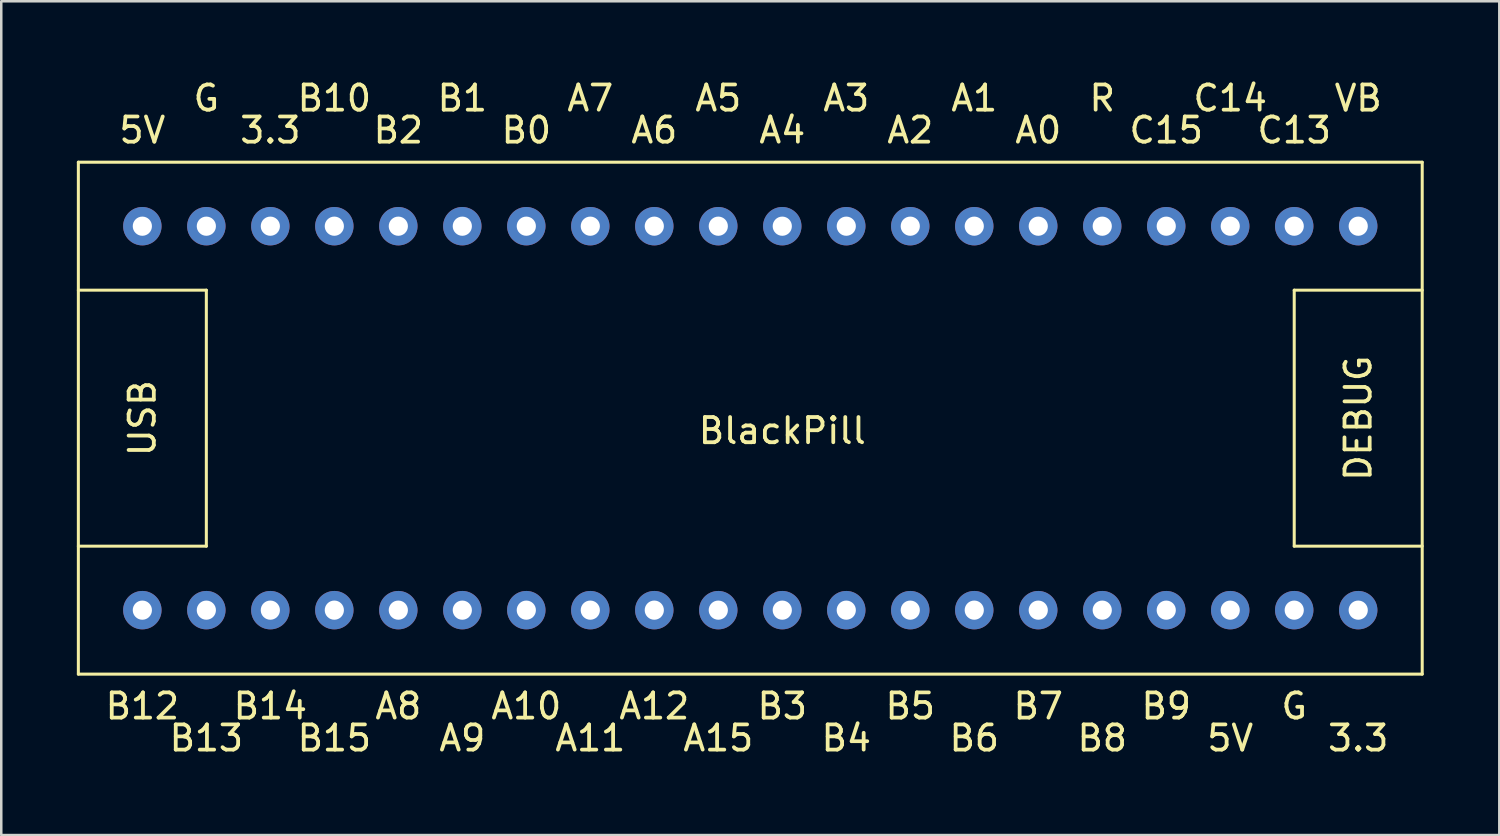
<source format=kicad_pcb>
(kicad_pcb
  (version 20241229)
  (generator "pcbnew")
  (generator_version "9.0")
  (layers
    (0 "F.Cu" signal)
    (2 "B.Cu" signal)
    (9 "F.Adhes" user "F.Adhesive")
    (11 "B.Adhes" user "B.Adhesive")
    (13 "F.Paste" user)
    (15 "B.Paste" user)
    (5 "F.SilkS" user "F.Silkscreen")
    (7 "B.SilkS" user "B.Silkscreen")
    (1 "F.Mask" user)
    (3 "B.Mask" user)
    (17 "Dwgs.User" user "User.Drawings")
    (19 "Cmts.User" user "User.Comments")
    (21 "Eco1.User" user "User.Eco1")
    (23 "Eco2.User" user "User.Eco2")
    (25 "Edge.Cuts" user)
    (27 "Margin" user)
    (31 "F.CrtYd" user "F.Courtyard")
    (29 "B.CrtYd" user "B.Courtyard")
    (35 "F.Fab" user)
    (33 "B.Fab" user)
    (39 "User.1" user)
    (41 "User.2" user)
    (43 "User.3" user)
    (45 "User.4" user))
  (footprint "BlackPill"
    (layer "F.Cu")
    (at 28 13.548)
    (property "Reference" "BlackPill" (at 0 0.5 0) (layer "F.SilkS") (effects (font (size 1 1) (thickness 0.15))))
    (attr through_hole)
    (fp_line (start -27.94 -10.16) (end 25.4 -10.16) (stroke (width 0.12) (type solid)) (layer "F.SilkS"))
    (fp_line (start -27.94 -5.08) (end -22.86 -5.08) (stroke (width 0.12) (type solid)) (layer "F.SilkS"))
    (fp_line (start -27.94 10.16) (end -27.94 -10.16) (stroke (width 0.12) (type solid)) (layer "F.SilkS"))
    (fp_line (start -22.86 -5.08) (end -22.86 5.08) (stroke (width 0.12) (type solid)) (layer "F.SilkS"))
    (fp_line (start -22.86 5.08) (end -27.94 5.08) (stroke (width 0.12) (type solid)) (layer "F.SilkS"))
    (fp_line (start 20.32 -5.08) (end 20.32 5.08) (stroke (width 0.12) (type solid)) (layer "F.SilkS"))
    (fp_line (start 20.32 5.08) (end 25.4 5.08) (stroke (width 0.12) (type solid)) (layer "F.SilkS"))
    (fp_line (start 25.4 -10.16) (end 25.4 10.16) (stroke (width 0.12) (type solid)) (layer "F.SilkS"))
    (fp_line (start 25.4 -5.08) (end 20.32 -5.08) (stroke (width 0.12) (type solid)) (layer "F.SilkS"))
    (fp_line (start 25.4 10.16) (end -27.94 10.16) (stroke (width 0.12) (type solid)) (layer "F.SilkS"))
    (fp_text user "B13" (at -22.86 12.7 0) (layer "F.SilkS") (effects (font (size 1 1) (thickness 0.15))))
    (fp_text user "B14" (at -20.32 11.43 0) (layer "F.SilkS") (effects (font (size 1 1) (thickness 0.15))))
    (fp_text user "C15" (at 15.24 -11.43 0) (layer "F.SilkS") (effects (font (size 1 1) (thickness 0.15))))
    (fp_text user "A6" (at -5.08 -11.43 0) (layer "F.SilkS") (effects (font (size 1 1) (thickness 0.15))))
    (fp_text user "3.3" (at 22.86 12.7 0) (layer "F.SilkS") (effects (font (size 1 1) (thickness 0.15))))
    (fp_text user "B4" (at 2.54 12.7 0) (layer "F.SilkS") (effects (font (size 1 1) (thickness 0.15))))
    (fp_text user "A8" (at -15.24 11.43 0) (layer "F.SilkS") (effects (font (size 1 1) (thickness 0.15))))
    (fp_text user "A10" (at -10.16 11.43 0) (layer "F.SilkS") (effects (font (size 1 1) (thickness 0.15))))
    (fp_text user "A15" (at -2.54 12.7 0) (layer "F.SilkS") (effects (font (size 1 1) (thickness 0.15))))
    (fp_text user "A3" (at 2.54 -12.7 0) (layer "F.SilkS") (effects (font (size 1 1) (thickness 0.15))))
    (fp_text user "A9" (at -12.7 12.7 0) (layer "F.SilkS") (effects (font (size 1 1) (thickness 0.15))))
    (fp_text user "A2" (at 5.08 -11.43 0) (layer "F.SilkS") (effects (font (size 1 1) (thickness 0.15))))
    (fp_text user "B8" (at 12.7 12.7 0) (layer "F.SilkS") (effects (font (size 1 1) (thickness 0.15))))
    (fp_text user "G" (at 20.32 11.43 0) (layer "F.SilkS") (effects (font (size 1 1) (thickness 0.15))))
    (fp_text user "VB" (at 22.86 -12.7 0) (layer "F.SilkS") (effects (font (size 1 1) (thickness 0.15))))
    (fp_text user "C13" (at 20.32 -11.43 0) (layer "F.SilkS") (effects (font (size 1 1) (thickness 0.15))))
    (fp_text user "B15" (at -17.78 12.7 0) (layer "F.SilkS") (effects (font (size 1 1) (thickness 0.15))))
    (fp_text user "A12" (at -5.08 11.43 0) (layer "F.SilkS") (effects (font (size 1 1) (thickness 0.15))))
    (fp_text user "B7" (at 10.16 11.43 0) (layer "F.SilkS") (effects (font (size 1 1) (thickness 0.15))))
    (fp_text user "B2" (at -15.24 -11.43 0) (layer "F.SilkS") (effects (font (size 1 1) (thickness 0.15))))
    (fp_text user "B0" (at -10.16 -11.43 0) (layer "F.SilkS") (effects (font (size 1 1) (thickness 0.15))))
    (fp_text user "B3" (at 0 11.43 0) (layer "F.SilkS") (effects (font (size 1 1) (thickness 0.15))))
    (fp_text user "5V" (at 17.78 12.7 0) (layer "F.SilkS") (effects (font (size 1 1) (thickness 0.15))))
    (fp_text user "B5" (at 5.08 11.43 0) (layer "F.SilkS") (effects (font (size 1 1) (thickness 0.15))))
    (fp_text user "C14" (at 17.78 -12.7 0) (layer "F.SilkS") (effects (font (size 1 1) (thickness 0.15))))
    (fp_text user "B10" (at -17.78 -12.7 0) (layer "F.SilkS") (effects (font (size 1 1) (thickness 0.15))))
    (fp_text user "G" (at -22.86 -12.7 0) (layer "F.SilkS") (effects (font (size 1 1) (thickness 0.15))))
    (fp_text user "R" (at 12.7 -12.7 0) (layer "F.SilkS") (effects (font (size 1 1) (thickness 0.15))))
    (fp_text user "A4" (at 0 -11.43 0) (layer "F.SilkS") (effects (font (size 1 1) (thickness 0.15))))
    (fp_text user "A11" (at -7.62 12.7 0) (layer "F.SilkS") (effects (font (size 1 1) (thickness 0.15))))
    (fp_text user "A7" (at -7.62 -12.7 0) (layer "F.SilkS") (effects (font (size 1 1) (thickness 0.15))))
    (fp_text user "5V" (at -25.4 -11.43 0) (layer "F.SilkS") (effects (font (size 1 1) (thickness 0.15))))
    (fp_text user "B12" (at -25.4 11.43 0) (layer "F.SilkS") (effects (font (size 1 1) (thickness 0.15))))
    (fp_text user "DEBUG" (at 22.86 0 90) (layer "F.SilkS") (effects (font (size 1 1) (thickness 0.15))))
    (fp_text user "A1" (at 7.62 -12.7 0) (layer "F.SilkS") (effects (font (size 1 1) (thickness 0.15))))
    (fp_text user "A0" (at 10.16 -11.43 0) (layer "F.SilkS") (effects (font (size 1 1) (thickness 0.15))))
    (fp_text user "A5" (at -2.54 -12.7 0) (layer "F.SilkS") (effects (font (size 1 1) (thickness 0.15))))
    (fp_text user "3.3" (at -20.32 -11.43 0) (layer "F.SilkS") (effects (font (size 1 1) (thickness 0.15))))
    (fp_text user "B6" (at 7.62 12.7 0) (layer "F.SilkS") (effects (font (size 1 1) (thickness 0.15))))
    (fp_text user "B9" (at 15.24 11.43 0) (layer "F.SilkS") (effects (font (size 1 1) (thickness 0.15))))
    (fp_text user "USB" (at -25.4 0 90) (layer "F.SilkS") (effects (font (size 1 1) (thickness 0.15))))
    (fp_text user "B1" (at -12.7 -12.7 0) (layer "F.SilkS") (effects (font (size 1 1) (thickness 0.15))))
    (pad "1" thru_hole circle (at -25.4 -7.62) (size 1.524 1.524) (drill 0.762) (layers "*.Cu" "*.Mask"))
    (pad "2" thru_hole circle (at -22.86 -7.62) (size 1.524 1.524) (drill 0.762) (layers "*.Cu" "*.Mask"))
    (pad "3" thru_hole circle (at -20.32 -7.62) (size 1.524 1.524) (drill 0.762) (layers "*.Cu" "*.Mask"))
    (pad "4" thru_hole circle (at -17.78 -7.62) (size 1.524 1.524) (drill 0.762) (layers "*.Cu" "*.Mask"))
    (pad "5" thru_hole circle (at -15.24 -7.62) (size 1.524 1.524) (drill 0.762) (layers "*.Cu" "*.Mask"))
    (pad "6" thru_hole circle (at -12.7 -7.62) (size 1.524 1.524) (drill 0.762) (layers "*.Cu" "*.Mask"))
    (pad "7" thru_hole circle (at -10.16 -7.62) (size 1.524 1.524) (drill 0.762) (layers "*.Cu" "*.Mask"))
    (pad "8" thru_hole circle (at -7.62 -7.62) (size 1.524 1.524) (drill 0.762) (layers "*.Cu" "*.Mask"))
    (pad "9" thru_hole circle (at -5.08 -7.62) (size 1.524 1.524) (drill 0.762) (layers "*.Cu" "*.Mask"))
    (pad "10" thru_hole circle (at -2.54 -7.62) (size 1.524 1.524) (drill 0.762) (layers "*.Cu" "*.Mask"))
    (pad "11" thru_hole circle (at 0 -7.62) (size 1.524 1.524) (drill 0.762) (layers "*.Cu" "*.Mask"))
    (pad "12" thru_hole circle (at 2.54 -7.62) (size 1.524 1.524) (drill 0.762) (layers "*.Cu" "*.Mask"))
    (pad "13" thru_hole circle (at 5.08 -7.62) (size 1.524 1.524) (drill 0.762) (layers "*.Cu" "*.Mask"))
    (pad "14" thru_hole circle (at 7.62 -7.62) (size 1.524 1.524) (drill 0.762) (layers "*.Cu" "*.Mask"))
    (pad "15" thru_hole circle (at 10.16 -7.62) (size 1.524 1.524) (drill 0.762) (layers "*.Cu" "*.Mask"))
    (pad "16" thru_hole circle (at 12.7 -7.62) (size 1.524 1.524) (drill 0.762) (layers "*.Cu" "*.Mask"))
    (pad "17" thru_hole circle (at 15.24 -7.62) (size 1.524 1.524) (drill 0.762) (layers "*.Cu" "*.Mask"))
    (pad "18" thru_hole circle (at 17.78 -7.62) (size 1.524 1.524) (drill 0.762) (layers "*.Cu" "*.Mask"))
    (pad "19" thru_hole circle (at 20.32 -7.62) (size 1.524 1.524) (drill 0.762) (layers "*.Cu" "*.Mask"))
    (pad "20" thru_hole circle (at 22.86 -7.62) (size 1.524 1.524) (drill 0.762) (layers "*.Cu" "*.Mask"))
    (pad "21" thru_hole circle (at 22.86 7.62) (size 1.524 1.524) (drill 0.762) (layers "*.Cu" "*.Mask"))
    (pad "22" thru_hole circle (at 20.32 7.62) (size 1.524 1.524) (drill 0.762) (layers "*.Cu" "*.Mask"))
    (pad "23" thru_hole circle (at 17.78 7.62) (size 1.524 1.524) (drill 0.762) (layers "*.Cu" "*.Mask"))
    (pad "24" thru_hole circle (at 15.24 7.62) (size 1.524 1.524) (drill 0.762) (layers "*.Cu" "*.Mask"))
    (pad "25" thru_hole circle (at 12.7 7.62) (size 1.524 1.524) (drill 0.762) (layers "*.Cu" "*.Mask"))
    (pad "26" thru_hole circle (at 10.16 7.62) (size 1.524 1.524) (drill 0.762) (layers "*.Cu" "*.Mask"))
    (pad "27" thru_hole circle (at 7.62 7.62) (size 1.524 1.524) (drill 0.762) (layers "*.Cu" "*.Mask"))
    (pad "28" thru_hole circle (at 5.08 7.62) (size 1.524 1.524) (drill 0.762) (layers "*.Cu" "*.Mask"))
    (pad "29" thru_hole circle (at 2.54 7.62) (size 1.524 1.524) (drill 0.762) (layers "*.Cu" "*.Mask"))
    (pad "30" thru_hole circle (at 0 7.62) (size 1.524 1.524) (drill 0.762) (layers "*.Cu" "*.Mask"))
    (pad "31" thru_hole circle (at -2.54 7.62) (size 1.524 1.524) (drill 0.762) (layers "*.Cu" "*.Mask"))
    (pad "32" thru_hole circle (at -5.08 7.62) (size 1.524 1.524) (drill 0.762) (layers "*.Cu" "*.Mask"))
    (pad "33" thru_hole circle (at -7.62 7.62) (size 1.524 1.524) (drill 0.762) (layers "*.Cu" "*.Mask"))
    (pad "34" thru_hole circle (at -10.16 7.62) (size 1.524 1.524) (drill 0.762) (layers "*.Cu" "*.Mask"))
    (pad "35" thru_hole circle (at -12.7 7.62) (size 1.524 1.524) (drill 0.762) (layers "*.Cu" "*.Mask"))
    (pad "36" thru_hole circle (at -15.24 7.62) (size 1.524 1.524) (drill 0.762) (layers "*.Cu" "*.Mask"))
    (pad "37" thru_hole circle (at -17.78 7.62) (size 1.524 1.524) (drill 0.762) (layers "*.Cu" "*.Mask"))
    (pad "38" thru_hole circle (at -20.32 7.62) (size 1.524 1.524) (drill 0.762) (layers "*.Cu" "*.Mask"))
    (pad "39" thru_hole circle (at -22.86 7.62) (size 1.524 1.524) (drill 0.762) (layers "*.Cu" "*.Mask"))
    (pad "40" thru_hole circle (at -25.4 7.62) (size 1.524 1.524) (drill 0.762) (layers "*.Cu" "*.Mask")))
  (gr_rect
    (start -3 -3)
    (end 56.46 30.096)
    (stroke (width 0.1) (type default))
    (fill no)
    (layer "Edge.Cuts")))
</source>
